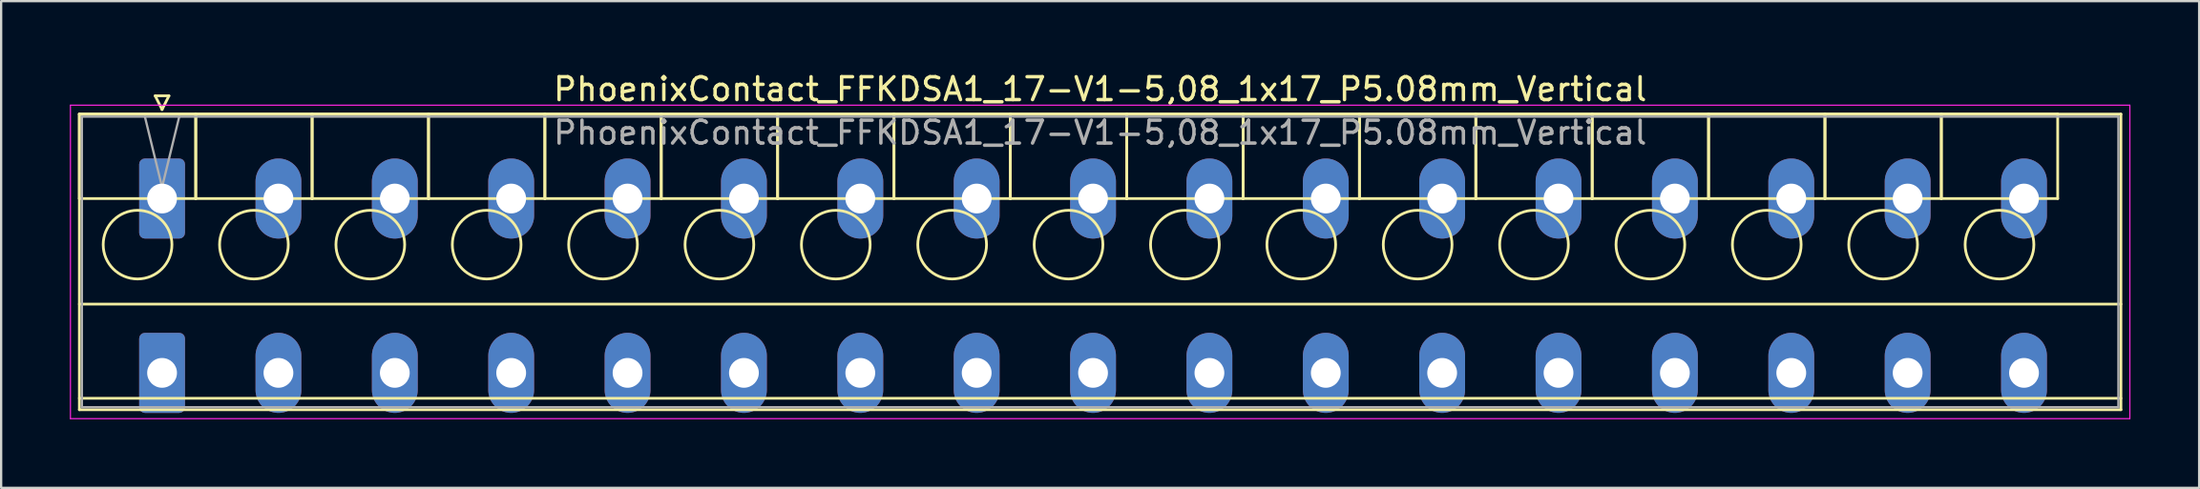
<source format=kicad_pcb>
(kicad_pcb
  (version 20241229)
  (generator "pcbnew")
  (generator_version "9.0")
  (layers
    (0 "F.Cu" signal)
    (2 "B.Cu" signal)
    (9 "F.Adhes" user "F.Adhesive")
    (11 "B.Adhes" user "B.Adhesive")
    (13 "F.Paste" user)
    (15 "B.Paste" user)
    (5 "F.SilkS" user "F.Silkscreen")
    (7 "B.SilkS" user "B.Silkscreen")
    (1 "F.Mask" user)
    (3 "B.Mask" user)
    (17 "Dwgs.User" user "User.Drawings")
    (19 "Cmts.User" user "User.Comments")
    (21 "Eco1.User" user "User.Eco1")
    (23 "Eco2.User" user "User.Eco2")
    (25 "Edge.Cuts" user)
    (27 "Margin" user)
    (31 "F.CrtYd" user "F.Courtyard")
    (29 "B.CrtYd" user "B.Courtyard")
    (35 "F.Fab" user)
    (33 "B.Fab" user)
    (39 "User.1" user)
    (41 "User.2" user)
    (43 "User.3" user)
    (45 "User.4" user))
  (footprint "PhoenixContact_FFKDSA1_17-V1-5,08_1x17_P5.08mm_Vertical"
    (layer "F.Cu")
    (at 4.025 5.628)
    (property "Reference" "PhoenixContact_FFKDSA1_17-V1-5,08_1x17_P5.08mm_Vertical" (at 40.95 -4.78 0) (layer "F.SilkS") (effects (font (size 1 1) (thickness 0.15))))
    (attr through_hole)
    (fp_line (start -3.61 -3.69) (end -3.61 0) (stroke (width 0.12) (type solid)) (layer "F.SilkS"))
    (fp_line (start -3.61 -3.69) (end -3.61 9.23) (stroke (width 0.12) (type solid)) (layer "F.SilkS"))
    (fp_line (start -3.61 0) (end 1.47 0) (stroke (width 0.12) (type solid)) (layer "F.SilkS"))
    (fp_line (start -3.61 4.615) (end 85.51 4.615) (stroke (width 0.12) (type solid)) (layer "F.SilkS"))
    (fp_line (start -3.61 8.73) (end 85.51 8.73) (stroke (width 0.12) (type solid)) (layer "F.SilkS"))
    (fp_line (start -3.61 9.23) (end 85.51 9.23) (stroke (width 0.12) (type solid)) (layer "F.SilkS"))
    (fp_line (start -0.3 -4.49) (end 0.3 -4.49) (stroke (width 0.12) (type solid)) (layer "F.SilkS"))
    (fp_line (start 0 -3.89) (end -0.3 -4.49) (stroke (width 0.12) (type solid)) (layer "F.SilkS"))
    (fp_line (start 0.3 -4.49) (end 0 -3.89) (stroke (width 0.12) (type solid)) (layer "F.SilkS"))
    (fp_line (start 1.47 -3.69) (end -3.61 -3.69) (stroke (width 0.12) (type solid)) (layer "F.SilkS"))
    (fp_line (start 1.47 -3.69) (end 1.47 0) (stroke (width 0.12) (type solid)) (layer "F.SilkS"))
    (fp_line (start 1.47 0) (end 1.47 -3.69) (stroke (width 0.12) (type solid)) (layer "F.SilkS"))
    (fp_line (start 1.47 0) (end 6.55 0) (stroke (width 0.12) (type solid)) (layer "F.SilkS"))
    (fp_line (start 6.55 -3.69) (end 1.47 -3.69) (stroke (width 0.12) (type solid)) (layer "F.SilkS"))
    (fp_line (start 6.55 -3.69) (end 6.55 0) (stroke (width 0.12) (type solid)) (layer "F.SilkS"))
    (fp_line (start 6.55 0) (end 6.55 -3.69) (stroke (width 0.12) (type solid)) (layer "F.SilkS"))
    (fp_line (start 6.55 0) (end 11.63 0) (stroke (width 0.12) (type solid)) (layer "F.SilkS"))
    (fp_line (start 11.63 -3.69) (end 6.55 -3.69) (stroke (width 0.12) (type solid)) (layer "F.SilkS"))
    (fp_line (start 11.63 -3.69) (end 11.63 0) (stroke (width 0.12) (type solid)) (layer "F.SilkS"))
    (fp_line (start 11.63 0) (end 11.63 -3.69) (stroke (width 0.12) (type solid)) (layer "F.SilkS"))
    (fp_line (start 11.63 0) (end 16.71 0) (stroke (width 0.12) (type solid)) (layer "F.SilkS"))
    (fp_line (start 16.71 -3.69) (end 11.63 -3.69) (stroke (width 0.12) (type solid)) (layer "F.SilkS"))
    (fp_line (start 16.71 -3.69) (end 16.71 0) (stroke (width 0.12) (type solid)) (layer "F.SilkS"))
    (fp_line (start 16.71 0) (end 16.71 -3.69) (stroke (width 0.12) (type solid)) (layer "F.SilkS"))
    (fp_line (start 16.71 0) (end 21.79 0) (stroke (width 0.12) (type solid)) (layer "F.SilkS"))
    (fp_line (start 21.79 -3.69) (end 16.71 -3.69) (stroke (width 0.12) (type solid)) (layer "F.SilkS"))
    (fp_line (start 21.79 -3.69) (end 21.79 0) (stroke (width 0.12) (type solid)) (layer "F.SilkS"))
    (fp_line (start 21.79 0) (end 21.79 -3.69) (stroke (width 0.12) (type solid)) (layer "F.SilkS"))
    (fp_line (start 21.79 0) (end 26.87 0) (stroke (width 0.12) (type solid)) (layer "F.SilkS"))
    (fp_line (start 26.87 -3.69) (end 21.79 -3.69) (stroke (width 0.12) (type solid)) (layer "F.SilkS"))
    (fp_line (start 26.87 -3.69) (end 26.87 0) (stroke (width 0.12) (type solid)) (layer "F.SilkS"))
    (fp_line (start 26.87 0) (end 26.87 -3.69) (stroke (width 0.12) (type solid)) (layer "F.SilkS"))
    (fp_line (start 26.87 0) (end 31.95 0) (stroke (width 0.12) (type solid)) (layer "F.SilkS"))
    (fp_line (start 31.95 -3.69) (end 26.87 -3.69) (stroke (width 0.12) (type solid)) (layer "F.SilkS"))
    (fp_line (start 31.95 -3.69) (end 31.95 0) (stroke (width 0.12) (type solid)) (layer "F.SilkS"))
    (fp_line (start 31.95 0) (end 31.95 -3.69) (stroke (width 0.12) (type solid)) (layer "F.SilkS"))
    (fp_line (start 31.95 0) (end 37.03 0) (stroke (width 0.12) (type solid)) (layer "F.SilkS"))
    (fp_line (start 37.03 -3.69) (end 31.95 -3.69) (stroke (width 0.12) (type solid)) (layer "F.SilkS"))
    (fp_line (start 37.03 -3.69) (end 37.03 0) (stroke (width 0.12) (type solid)) (layer "F.SilkS"))
    (fp_line (start 37.03 0) (end 37.03 -3.69) (stroke (width 0.12) (type solid)) (layer "F.SilkS"))
    (fp_line (start 37.03 0) (end 42.11 0) (stroke (width 0.12) (type solid)) (layer "F.SilkS"))
    (fp_line (start 42.11 -3.69) (end 37.03 -3.69) (stroke (width 0.12) (type solid)) (layer "F.SilkS"))
    (fp_line (start 42.11 -3.69) (end 42.11 0) (stroke (width 0.12) (type solid)) (layer "F.SilkS"))
    (fp_line (start 42.11 0) (end 42.11 -3.69) (stroke (width 0.12) (type solid)) (layer "F.SilkS"))
    (fp_line (start 42.11 0) (end 47.19 0) (stroke (width 0.12) (type solid)) (layer "F.SilkS"))
    (fp_line (start 47.19 -3.69) (end 42.11 -3.69) (stroke (width 0.12) (type solid)) (layer "F.SilkS"))
    (fp_line (start 47.19 -3.69) (end 47.19 0) (stroke (width 0.12) (type solid)) (layer "F.SilkS"))
    (fp_line (start 47.19 0) (end 47.19 -3.69) (stroke (width 0.12) (type solid)) (layer "F.SilkS"))
    (fp_line (start 47.19 0) (end 52.27 0) (stroke (width 0.12) (type solid)) (layer "F.SilkS"))
    (fp_line (start 52.27 -3.69) (end 47.19 -3.69) (stroke (width 0.12) (type solid)) (layer "F.SilkS"))
    (fp_line (start 52.27 -3.69) (end 52.27 0) (stroke (width 0.12) (type solid)) (layer "F.SilkS"))
    (fp_line (start 52.27 0) (end 52.27 -3.69) (stroke (width 0.12) (type solid)) (layer "F.SilkS"))
    (fp_line (start 52.27 0) (end 57.35 0) (stroke (width 0.12) (type solid)) (layer "F.SilkS"))
    (fp_line (start 57.35 -3.69) (end 52.27 -3.69) (stroke (width 0.12) (type solid)) (layer "F.SilkS"))
    (fp_line (start 57.35 -3.69) (end 57.35 0) (stroke (width 0.12) (type solid)) (layer "F.SilkS"))
    (fp_line (start 57.35 0) (end 57.35 -3.69) (stroke (width 0.12) (type solid)) (layer "F.SilkS"))
    (fp_line (start 57.35 0) (end 62.43 0) (stroke (width 0.12) (type solid)) (layer "F.SilkS"))
    (fp_line (start 62.43 -3.69) (end 57.35 -3.69) (stroke (width 0.12) (type solid)) (layer "F.SilkS"))
    (fp_line (start 62.43 -3.69) (end 62.43 0) (stroke (width 0.12) (type solid)) (layer "F.SilkS"))
    (fp_line (start 62.43 0) (end 62.43 -3.69) (stroke (width 0.12) (type solid)) (layer "F.SilkS"))
    (fp_line (start 62.43 0) (end 67.51 0) (stroke (width 0.12) (type solid)) (layer "F.SilkS"))
    (fp_line (start 67.51 -3.69) (end 62.43 -3.69) (stroke (width 0.12) (type solid)) (layer "F.SilkS"))
    (fp_line (start 67.51 -3.69) (end 67.51 0) (stroke (width 0.12) (type solid)) (layer "F.SilkS"))
    (fp_line (start 67.51 0) (end 67.51 -3.69) (stroke (width 0.12) (type solid)) (layer "F.SilkS"))
    (fp_line (start 67.51 0) (end 72.59 0) (stroke (width 0.12) (type solid)) (layer "F.SilkS"))
    (fp_line (start 72.59 -3.69) (end 67.51 -3.69) (stroke (width 0.12) (type solid)) (layer "F.SilkS"))
    (fp_line (start 72.59 -3.69) (end 72.59 0) (stroke (width 0.12) (type solid)) (layer "F.SilkS"))
    (fp_line (start 72.59 0) (end 72.59 -3.69) (stroke (width 0.12) (type solid)) (layer "F.SilkS"))
    (fp_line (start 72.59 0) (end 77.67 0) (stroke (width 0.12) (type solid)) (layer "F.SilkS"))
    (fp_line (start 77.67 -3.69) (end 72.59 -3.69) (stroke (width 0.12) (type solid)) (layer "F.SilkS"))
    (fp_line (start 77.67 -3.69) (end 77.67 0) (stroke (width 0.12) (type solid)) (layer "F.SilkS"))
    (fp_line (start 77.67 0) (end 77.67 -3.69) (stroke (width 0.12) (type solid)) (layer "F.SilkS"))
    (fp_line (start 77.67 0) (end 82.75 0) (stroke (width 0.12) (type solid)) (layer "F.SilkS"))
    (fp_line (start 82.75 -3.69) (end 77.67 -3.69) (stroke (width 0.12) (type solid)) (layer "F.SilkS"))
    (fp_line (start 82.75 0) (end 82.75 -3.69) (stroke (width 0.12) (type solid)) (layer "F.SilkS"))
    (fp_line (start 85.51 -3.69) (end -3.61 -3.69) (stroke (width 0.12) (type solid)) (layer "F.SilkS"))
    (fp_line (start 85.51 9.23) (end 85.51 -3.69) (stroke (width 0.12) (type solid)) (layer "F.SilkS"))
    (fp_circle (center -1.07 2.015) (end 0.43 2.015) (stroke (width 0.12) (type solid)) (fill no) (layer "F.SilkS"))
    (fp_circle (center 4.01 2.015) (end 5.51 2.015) (stroke (width 0.12) (type solid)) (fill no) (layer "F.SilkS"))
    (fp_circle (center 9.09 2.015) (end 10.59 2.015) (stroke (width 0.12) (type solid)) (fill no) (layer "F.SilkS"))
    (fp_circle (center 14.17 2.015) (end 15.67 2.015) (stroke (width 0.12) (type solid)) (fill no) (layer "F.SilkS"))
    (fp_circle (center 19.25 2.015) (end 20.75 2.015) (stroke (width 0.12) (type solid)) (fill no) (layer "F.SilkS"))
    (fp_circle (center 24.33 2.015) (end 25.83 2.015) (stroke (width 0.12) (type solid)) (fill no) (layer "F.SilkS"))
    (fp_circle (center 29.41 2.015) (end 30.91 2.015) (stroke (width 0.12) (type solid)) (fill no) (layer "F.SilkS"))
    (fp_circle (center 34.49 2.015) (end 35.99 2.015) (stroke (width 0.12) (type solid)) (fill no) (layer "F.SilkS"))
    (fp_circle (center 39.57 2.015) (end 41.07 2.015) (stroke (width 0.12) (type solid)) (fill no) (layer "F.SilkS"))
    (fp_circle (center 44.65 2.015) (end 46.15 2.015) (stroke (width 0.12) (type solid)) (fill no) (layer "F.SilkS"))
    (fp_circle (center 49.73 2.015) (end 51.23 2.015) (stroke (width 0.12) (type solid)) (fill no) (layer "F.SilkS"))
    (fp_circle (center 54.81 2.015) (end 56.31 2.015) (stroke (width 0.12) (type solid)) (fill no) (layer "F.SilkS"))
    (fp_circle (center 59.89 2.015) (end 61.39 2.015) (stroke (width 0.12) (type solid)) (fill no) (layer "F.SilkS"))
    (fp_circle (center 64.97 2.015) (end 66.47 2.015) (stroke (width 0.12) (type solid)) (fill no) (layer "F.SilkS"))
    (fp_circle (center 70.05 2.015) (end 71.55 2.015) (stroke (width 0.12) (type solid)) (fill no) (layer "F.SilkS"))
    (fp_circle (center 75.13 2.015) (end 76.63 2.015) (stroke (width 0.12) (type solid)) (fill no) (layer "F.SilkS"))
    (fp_circle (center 80.21 2.015) (end 81.71 2.015) (stroke (width 0.12) (type solid)) (fill no) (layer "F.SilkS"))
    (fp_line (start -4 -4.08) (end -4 9.62) (stroke (width 0.05) (type solid)) (layer "F.CrtYd"))
    (fp_line (start -4 9.62) (end 85.9 9.62) (stroke (width 0.05) (type solid)) (layer "F.CrtYd"))
    (fp_line (start 85.9 -4.08) (end -4 -4.08) (stroke (width 0.05) (type solid)) (layer "F.CrtYd"))
    (fp_line (start 85.9 9.62) (end 85.9 -4.08) (stroke (width 0.05) (type solid)) (layer "F.CrtYd"))
    (fp_line (start -3.5 -3.58) (end -3.5 9.12) (stroke (width 0.1) (type solid)) (layer "F.Fab"))
    (fp_line (start -3.5 9.12) (end 85.4 9.12) (stroke (width 0.1) (type solid)) (layer "F.Fab"))
    (fp_line (start 0 -0.5) (end -0.75 -3.58) (stroke (width 0.1) (type solid)) (layer "F.Fab"))
    (fp_line (start 0.75 -3.58) (end 0 -0.5) (stroke (width 0.1) (type solid)) (layer "F.Fab"))
    (fp_line (start 85.4 -3.58) (end -3.5 -3.58) (stroke (width 0.1) (type solid)) (layer "F.Fab"))
    (fp_line (start 85.4 9.12) (end 85.4 -3.58) (stroke (width 0.1) (type solid)) (layer "F.Fab"))
    (fp_text user "${REFERENCE}" (at 40.95 -2.88 0) (layer "F.Fab") (effects (font (size 1 1) (thickness 0.15))))
    (pad "1" thru_hole roundrect (at 0 0) (size 2 3.5) (drill 1.3) (layers "*.Cu" "*.Mask") (roundrect_rratio 0.125))
    (pad "1" thru_hole roundrect (at 0 7.62) (size 2 3.5) (drill 1.3) (layers "*.Cu" "*.Mask") (roundrect_rratio 0.125))
    (pad "2" thru_hole oval (at 5.08 0) (size 2 3.5) (drill 1.3) (layers "*.Cu" "*.Mask"))
    (pad "2" thru_hole oval (at 5.08 7.62) (size 2 3.5) (drill 1.3) (layers "*.Cu" "*.Mask"))
    (pad "3" thru_hole oval (at 10.16 0) (size 2 3.5) (drill 1.3) (layers "*.Cu" "*.Mask"))
    (pad "3" thru_hole oval (at 10.16 7.62) (size 2 3.5) (drill 1.3) (layers "*.Cu" "*.Mask"))
    (pad "4" thru_hole oval (at 15.24 0) (size 2 3.5) (drill 1.3) (layers "*.Cu" "*.Mask"))
    (pad "4" thru_hole oval (at 15.24 7.62) (size 2 3.5) (drill 1.3) (layers "*.Cu" "*.Mask"))
    (pad "5" thru_hole oval (at 20.32 0) (size 2 3.5) (drill 1.3) (layers "*.Cu" "*.Mask"))
    (pad "5" thru_hole oval (at 20.32 7.62) (size 2 3.5) (drill 1.3) (layers "*.Cu" "*.Mask"))
    (pad "6" thru_hole oval (at 25.4 0) (size 2 3.5) (drill 1.3) (layers "*.Cu" "*.Mask"))
    (pad "6" thru_hole oval (at 25.4 7.62) (size 2 3.5) (drill 1.3) (layers "*.Cu" "*.Mask"))
    (pad "7" thru_hole oval (at 30.48 0) (size 2 3.5) (drill 1.3) (layers "*.Cu" "*.Mask"))
    (pad "7" thru_hole oval (at 30.48 7.62) (size 2 3.5) (drill 1.3) (layers "*.Cu" "*.Mask"))
    (pad "8" thru_hole oval (at 35.56 0) (size 2 3.5) (drill 1.3) (layers "*.Cu" "*.Mask"))
    (pad "8" thru_hole oval (at 35.56 7.62) (size 2 3.5) (drill 1.3) (layers "*.Cu" "*.Mask"))
    (pad "9" thru_hole oval (at 40.64 0) (size 2 3.5) (drill 1.3) (layers "*.Cu" "*.Mask"))
    (pad "9" thru_hole oval (at 40.64 7.62) (size 2 3.5) (drill 1.3) (layers "*.Cu" "*.Mask"))
    (pad "10" thru_hole oval (at 45.72 0) (size 2 3.5) (drill 1.3) (layers "*.Cu" "*.Mask"))
    (pad "10" thru_hole oval (at 45.72 7.62) (size 2 3.5) (drill 1.3) (layers "*.Cu" "*.Mask"))
    (pad "11" thru_hole oval (at 50.8 0) (size 2 3.5) (drill 1.3) (layers "*.Cu" "*.Mask"))
    (pad "11" thru_hole oval (at 50.8 7.62) (size 2 3.5) (drill 1.3) (layers "*.Cu" "*.Mask"))
    (pad "12" thru_hole oval (at 55.88 0) (size 2 3.5) (drill 1.3) (layers "*.Cu" "*.Mask"))
    (pad "12" thru_hole oval (at 55.88 7.62) (size 2 3.5) (drill 1.3) (layers "*.Cu" "*.Mask"))
    (pad "13" thru_hole oval (at 60.96 0) (size 2 3.5) (drill 1.3) (layers "*.Cu" "*.Mask"))
    (pad "13" thru_hole oval (at 60.96 7.62) (size 2 3.5) (drill 1.3) (layers "*.Cu" "*.Mask"))
    (pad "14" thru_hole oval (at 66.04 0) (size 2 3.5) (drill 1.3) (layers "*.Cu" "*.Mask"))
    (pad "14" thru_hole oval (at 66.04 7.62) (size 2 3.5) (drill 1.3) (layers "*.Cu" "*.Mask"))
    (pad "15" thru_hole oval (at 71.12 0) (size 2 3.5) (drill 1.3) (layers "*.Cu" "*.Mask"))
    (pad "15" thru_hole oval (at 71.12 7.62) (size 2 3.5) (drill 1.3) (layers "*.Cu" "*.Mask"))
    (pad "16" thru_hole oval (at 76.2 0) (size 2 3.5) (drill 1.3) (layers "*.Cu" "*.Mask"))
    (pad "16" thru_hole oval (at 76.2 7.62) (size 2 3.5) (drill 1.3) (layers "*.Cu" "*.Mask"))
    (pad "17" thru_hole oval (at 81.28 0) (size 2 3.5) (drill 1.3) (layers "*.Cu" "*.Mask"))
    (pad "17" thru_hole oval (at 81.28 7.62) (size 2 3.5) (drill 1.3) (layers "*.Cu" "*.Mask")))
  (gr_rect
    (start -3 -3)
    (end 92.95 18.273)
    (stroke (width 0.1) (type default))
    (fill no)
    (layer "Edge.Cuts")))
</source>
